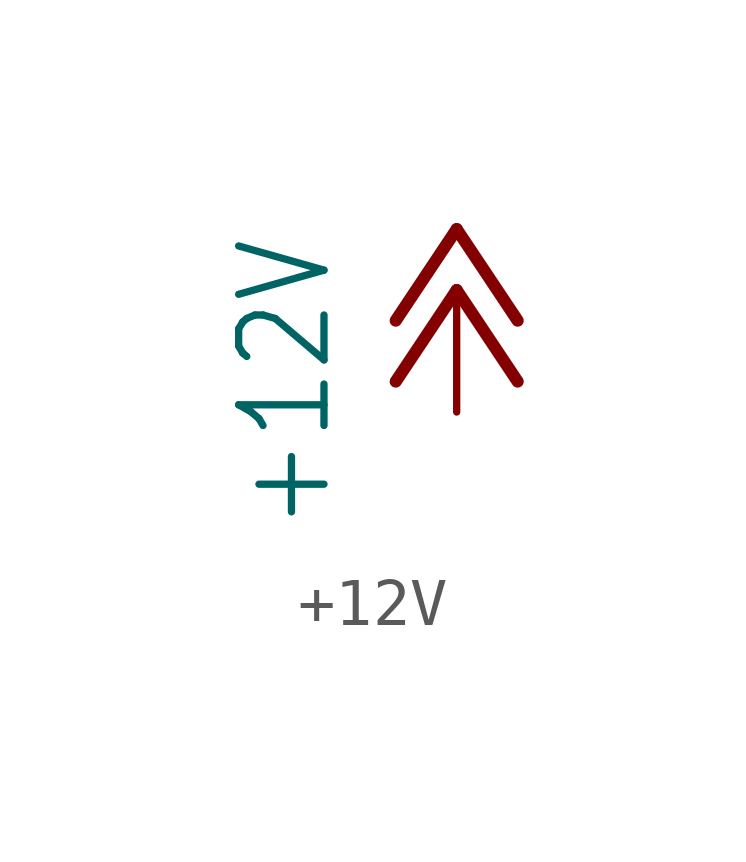
<source format=kicad_sym>
(kicad_symbol_lib
  (version 20211014)
  (generator kicad_symbol_editor)
  (symbol "+12V"
    (power)
    (property "Reference" "#P+"
      (at 0 0 0)
      (effects (font (size 1.27 1.27)) hide))
    (property "Value" "+12V"
      (at -2.54 -5.08 90)
      (effects (font (size 1.778 1.511)) (justify left bottom)))
    (property "ki_locked" ""
      (at 0 0 0)
      (effects (font (size 1.27 1.27))))
    (symbol "+12V_1_0"
      (polyline (pts (xy 0 0) (xy -1.27 -1.905)) (stroke (width 0.254) (type default) (color 0 0 0 0)) (fill (type none)))
      (polyline (pts (xy 0 1.27) (xy -1.27 -0.635)) (stroke (width 0.254) (type default) (color 0 0 0 0)) (fill (type none)))
      (polyline (pts (xy 1.27 -1.905) (xy 0 0)) (stroke (width 0.254) (type default) (color 0 0 0 0)) (fill (type none)))
      (polyline (pts (xy 1.27 -0.635) (xy 0 1.27)) (stroke (width 0.254) (type default) (color 0 0 0 0)) (fill (type none)))
      (pin power_in line (at 0 -2.54 90) (length 2.54) (name "+12V" (effects (font (size 0 0)))) (number "1" (effects (font (size 0 0))))))))
</source>
